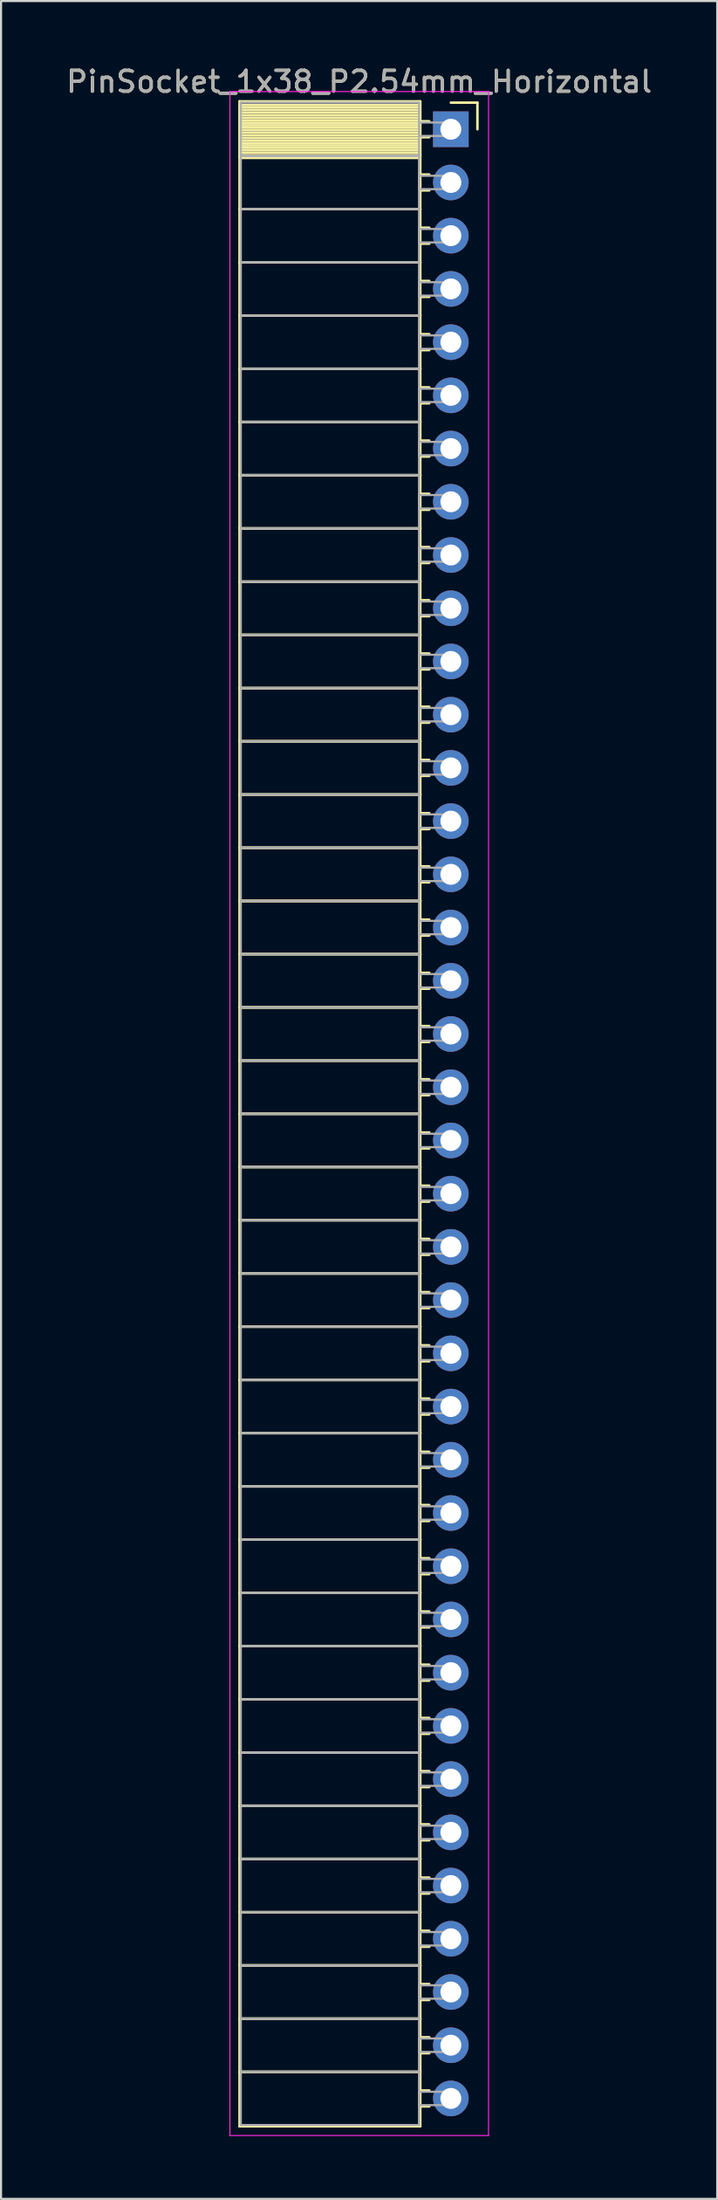
<source format=kicad_pcb>
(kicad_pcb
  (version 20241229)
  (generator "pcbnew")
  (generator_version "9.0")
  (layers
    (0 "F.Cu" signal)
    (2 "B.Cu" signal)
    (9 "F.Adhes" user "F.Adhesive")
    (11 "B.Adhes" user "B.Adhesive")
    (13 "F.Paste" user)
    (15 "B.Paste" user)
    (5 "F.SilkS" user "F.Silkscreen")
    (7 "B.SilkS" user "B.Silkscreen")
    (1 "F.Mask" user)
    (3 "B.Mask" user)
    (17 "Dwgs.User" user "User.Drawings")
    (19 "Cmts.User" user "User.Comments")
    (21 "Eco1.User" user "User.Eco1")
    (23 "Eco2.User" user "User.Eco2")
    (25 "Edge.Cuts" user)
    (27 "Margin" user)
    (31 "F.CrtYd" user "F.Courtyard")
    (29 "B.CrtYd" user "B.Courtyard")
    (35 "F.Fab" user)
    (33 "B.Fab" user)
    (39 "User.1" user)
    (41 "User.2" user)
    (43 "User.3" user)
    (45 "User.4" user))
  (footprint "PinSocket_1x38_P2.54mm_Horizontal"
    (layer "F.Cu")
    (at 18.481 3.118)
    (property "Reference" "PinSocket_1x38_P2.54mm_Horizontal" (at -4.38 -2.27 0) (layer "F.SilkS") (effects (font (size 1 1) (thickness 0.15))))
    (attr through_hole)
    (fp_line (start -10.09 -1.33) (end -1.46 -1.33) (stroke (width 0.12) (type solid)) (layer "F.SilkS"))
    (fp_line (start -10.09 1.27) (end -10.09 -1.33) (stroke (width 0.12) (type solid)) (layer "F.SilkS"))
    (fp_line (start -10.09 1.27) (end -1.46 1.27) (stroke (width 0.12) (type solid)) (layer "F.SilkS"))
    (fp_line (start -10.09 3.81) (end -10.09 1.27) (stroke (width 0.12) (type solid)) (layer "F.SilkS"))
    (fp_line (start -10.09 3.81) (end -1.46 3.81) (stroke (width 0.12) (type solid)) (layer "F.SilkS"))
    (fp_line (start -10.09 6.35) (end -10.09 3.81) (stroke (width 0.12) (type solid)) (layer "F.SilkS"))
    (fp_line (start -10.09 6.35) (end -1.46 6.35) (stroke (width 0.12) (type solid)) (layer "F.SilkS"))
    (fp_line (start -10.09 8.89) (end -10.09 6.35) (stroke (width 0.12) (type solid)) (layer "F.SilkS"))
    (fp_line (start -10.09 8.89) (end -1.46 8.89) (stroke (width 0.12) (type solid)) (layer "F.SilkS"))
    (fp_line (start -10.09 11.43) (end -10.09 8.89) (stroke (width 0.12) (type solid)) (layer "F.SilkS"))
    (fp_line (start -10.09 11.43) (end -1.46 11.43) (stroke (width 0.12) (type solid)) (layer "F.SilkS"))
    (fp_line (start -10.09 13.97) (end -10.09 11.43) (stroke (width 0.12) (type solid)) (layer "F.SilkS"))
    (fp_line (start -10.09 13.97) (end -1.46 13.97) (stroke (width 0.12) (type solid)) (layer "F.SilkS"))
    (fp_line (start -10.09 16.51) (end -10.09 13.97) (stroke (width 0.12) (type solid)) (layer "F.SilkS"))
    (fp_line (start -10.09 16.51) (end -1.46 16.51) (stroke (width 0.12) (type solid)) (layer "F.SilkS"))
    (fp_line (start -10.09 19.05) (end -10.09 16.51) (stroke (width 0.12) (type solid)) (layer "F.SilkS"))
    (fp_line (start -10.09 19.05) (end -1.46 19.05) (stroke (width 0.12) (type solid)) (layer "F.SilkS"))
    (fp_line (start -10.09 21.59) (end -10.09 19.05) (stroke (width 0.12) (type solid)) (layer "F.SilkS"))
    (fp_line (start -10.09 21.59) (end -1.46 21.59) (stroke (width 0.12) (type solid)) (layer "F.SilkS"))
    (fp_line (start -10.09 24.13) (end -10.09 21.59) (stroke (width 0.12) (type solid)) (layer "F.SilkS"))
    (fp_line (start -10.09 24.13) (end -1.46 24.13) (stroke (width 0.12) (type solid)) (layer "F.SilkS"))
    (fp_line (start -10.09 26.67) (end -10.09 24.13) (stroke (width 0.12) (type solid)) (layer "F.SilkS"))
    (fp_line (start -10.09 26.67) (end -1.46 26.67) (stroke (width 0.12) (type solid)) (layer "F.SilkS"))
    (fp_line (start -10.09 29.21) (end -10.09 26.67) (stroke (width 0.12) (type solid)) (layer "F.SilkS"))
    (fp_line (start -10.09 29.21) (end -1.46 29.21) (stroke (width 0.12) (type solid)) (layer "F.SilkS"))
    (fp_line (start -10.09 31.75) (end -10.09 29.21) (stroke (width 0.12) (type solid)) (layer "F.SilkS"))
    (fp_line (start -10.09 31.75) (end -1.46 31.75) (stroke (width 0.12) (type solid)) (layer "F.SilkS"))
    (fp_line (start -10.09 34.29) (end -10.09 31.75) (stroke (width 0.12) (type solid)) (layer "F.SilkS"))
    (fp_line (start -10.09 34.29) (end -1.46 34.29) (stroke (width 0.12) (type solid)) (layer "F.SilkS"))
    (fp_line (start -10.09 36.83) (end -10.09 34.29) (stroke (width 0.12) (type solid)) (layer "F.SilkS"))
    (fp_line (start -10.09 36.83) (end -1.46 36.83) (stroke (width 0.12) (type solid)) (layer "F.SilkS"))
    (fp_line (start -10.09 39.37) (end -10.09 36.83) (stroke (width 0.12) (type solid)) (layer "F.SilkS"))
    (fp_line (start -10.09 39.37) (end -1.46 39.37) (stroke (width 0.12) (type solid)) (layer "F.SilkS"))
    (fp_line (start -10.09 41.91) (end -10.09 39.37) (stroke (width 0.12) (type solid)) (layer "F.SilkS"))
    (fp_line (start -10.09 41.91) (end -1.46 41.91) (stroke (width 0.12) (type solid)) (layer "F.SilkS"))
    (fp_line (start -10.09 44.45) (end -10.09 41.91) (stroke (width 0.12) (type solid)) (layer "F.SilkS"))
    (fp_line (start -10.09 44.45) (end -1.46 44.45) (stroke (width 0.12) (type solid)) (layer "F.SilkS"))
    (fp_line (start -10.09 46.99) (end -10.09 44.45) (stroke (width 0.12) (type solid)) (layer "F.SilkS"))
    (fp_line (start -10.09 46.99) (end -1.46 46.99) (stroke (width 0.12) (type solid)) (layer "F.SilkS"))
    (fp_line (start -10.09 49.53) (end -10.09 46.99) (stroke (width 0.12) (type solid)) (layer "F.SilkS"))
    (fp_line (start -10.09 49.53) (end -1.46 49.53) (stroke (width 0.12) (type solid)) (layer "F.SilkS"))
    (fp_line (start -10.09 52.07) (end -10.09 49.53) (stroke (width 0.12) (type solid)) (layer "F.SilkS"))
    (fp_line (start -10.09 52.07) (end -1.46 52.07) (stroke (width 0.12) (type solid)) (layer "F.SilkS"))
    (fp_line (start -10.09 54.61) (end -10.09 52.07) (stroke (width 0.12) (type solid)) (layer "F.SilkS"))
    (fp_line (start -10.09 54.61) (end -1.46 54.61) (stroke (width 0.12) (type solid)) (layer "F.SilkS"))
    (fp_line (start -10.09 57.15) (end -10.09 54.61) (stroke (width 0.12) (type solid)) (layer "F.SilkS"))
    (fp_line (start -10.09 57.15) (end -1.46 57.15) (stroke (width 0.12) (type solid)) (layer "F.SilkS"))
    (fp_line (start -10.09 59.69) (end -10.09 57.15) (stroke (width 0.12) (type solid)) (layer "F.SilkS"))
    (fp_line (start -10.09 59.69) (end -1.46 59.69) (stroke (width 0.12) (type solid)) (layer "F.SilkS"))
    (fp_line (start -10.09 62.23) (end -10.09 59.69) (stroke (width 0.12) (type solid)) (layer "F.SilkS"))
    (fp_line (start -10.09 62.23) (end -1.46 62.23) (stroke (width 0.12) (type solid)) (layer "F.SilkS"))
    (fp_line (start -10.09 64.77) (end -10.09 62.23) (stroke (width 0.12) (type solid)) (layer "F.SilkS"))
    (fp_line (start -10.09 64.77) (end -1.46 64.77) (stroke (width 0.12) (type solid)) (layer "F.SilkS"))
    (fp_line (start -10.09 67.31) (end -10.09 64.77) (stroke (width 0.12) (type solid)) (layer "F.SilkS"))
    (fp_line (start -10.09 67.31) (end -1.46 67.31) (stroke (width 0.12) (type solid)) (layer "F.SilkS"))
    (fp_line (start -10.09 69.85) (end -10.09 67.31) (stroke (width 0.12) (type solid)) (layer "F.SilkS"))
    (fp_line (start -10.09 69.85) (end -1.46 69.85) (stroke (width 0.12) (type solid)) (layer "F.SilkS"))
    (fp_line (start -10.09 72.39) (end -10.09 69.85) (stroke (width 0.12) (type solid)) (layer "F.SilkS"))
    (fp_line (start -10.09 72.39) (end -1.46 72.39) (stroke (width 0.12) (type solid)) (layer "F.SilkS"))
    (fp_line (start -10.09 74.93) (end -10.09 72.39) (stroke (width 0.12) (type solid)) (layer "F.SilkS"))
    (fp_line (start -10.09 74.93) (end -1.46 74.93) (stroke (width 0.12) (type solid)) (layer "F.SilkS"))
    (fp_line (start -10.09 77.47) (end -10.09 74.93) (stroke (width 0.12) (type solid)) (layer "F.SilkS"))
    (fp_line (start -10.09 77.47) (end -1.46 77.47) (stroke (width 0.12) (type solid)) (layer "F.SilkS"))
    (fp_line (start -10.09 80.01) (end -10.09 77.47) (stroke (width 0.12) (type solid)) (layer "F.SilkS"))
    (fp_line (start -10.09 80.01) (end -1.46 80.01) (stroke (width 0.12) (type solid)) (layer "F.SilkS"))
    (fp_line (start -10.09 82.55) (end -10.09 80.01) (stroke (width 0.12) (type solid)) (layer "F.SilkS"))
    (fp_line (start -10.09 82.55) (end -1.46 82.55) (stroke (width 0.12) (type solid)) (layer "F.SilkS"))
    (fp_line (start -10.09 85.09) (end -10.09 82.55) (stroke (width 0.12) (type solid)) (layer "F.SilkS"))
    (fp_line (start -10.09 85.09) (end -1.46 85.09) (stroke (width 0.12) (type solid)) (layer "F.SilkS"))
    (fp_line (start -10.09 87.63) (end -10.09 85.09) (stroke (width 0.12) (type solid)) (layer "F.SilkS"))
    (fp_line (start -10.09 87.63) (end -1.46 87.63) (stroke (width 0.12) (type solid)) (layer "F.SilkS"))
    (fp_line (start -10.09 90.17) (end -10.09 87.63) (stroke (width 0.12) (type solid)) (layer "F.SilkS"))
    (fp_line (start -10.09 90.17) (end -1.46 90.17) (stroke (width 0.12) (type solid)) (layer "F.SilkS"))
    (fp_line (start -10.09 92.71) (end -10.09 90.17) (stroke (width 0.12) (type solid)) (layer "F.SilkS"))
    (fp_line (start -10.09 92.71) (end -1.46 92.71) (stroke (width 0.12) (type solid)) (layer "F.SilkS"))
    (fp_line (start -10.09 95.31) (end -10.09 92.71) (stroke (width 0.12) (type solid)) (layer "F.SilkS"))
    (fp_line (start -1.46 -1.33) (end -1.46 1.27) (stroke (width 0.12) (type solid)) (layer "F.SilkS"))
    (fp_line (start -1.46 -1.15) (end -10.09 -1.15) (stroke (width 0.12) (type solid)) (layer "F.SilkS"))
    (fp_line (start -1.46 -1.03) (end -10.09 -1.03) (stroke (width 0.12) (type solid)) (layer "F.SilkS"))
    (fp_line (start -1.46 -0.91) (end -10.09 -0.91) (stroke (width 0.12) (type solid)) (layer "F.SilkS"))
    (fp_line (start -1.46 -0.79) (end -10.09 -0.79) (stroke (width 0.12) (type solid)) (layer "F.SilkS"))
    (fp_line (start -1.46 -0.67) (end -10.09 -0.67) (stroke (width 0.12) (type solid)) (layer "F.SilkS"))
    (fp_line (start -1.46 -0.55) (end -10.09 -0.55) (stroke (width 0.12) (type solid)) (layer "F.SilkS"))
    (fp_line (start -1.46 -0.43) (end -10.09 -0.43) (stroke (width 0.12) (type solid)) (layer "F.SilkS"))
    (fp_line (start -1.46 -0.31) (end -10.09 -0.31) (stroke (width 0.12) (type solid)) (layer "F.SilkS"))
    (fp_line (start -1.46 -0.19) (end -10.09 -0.19) (stroke (width 0.12) (type solid)) (layer "F.SilkS"))
    (fp_line (start -1.46 -0.07) (end -10.09 -0.07) (stroke (width 0.12) (type solid)) (layer "F.SilkS"))
    (fp_line (start -1.46 0.05) (end -10.09 0.05) (stroke (width 0.12) (type solid)) (layer "F.SilkS"))
    (fp_line (start -1.46 0.17) (end -10.09 0.17) (stroke (width 0.12) (type solid)) (layer "F.SilkS"))
    (fp_line (start -1.46 0.29) (end -10.09 0.29) (stroke (width 0.12) (type solid)) (layer "F.SilkS"))
    (fp_line (start -1.46 0.41) (end -10.09 0.41) (stroke (width 0.12) (type solid)) (layer "F.SilkS"))
    (fp_line (start -1.46 0.53) (end -10.09 0.53) (stroke (width 0.12) (type solid)) (layer "F.SilkS"))
    (fp_line (start -1.46 0.65) (end -10.09 0.65) (stroke (width 0.12) (type solid)) (layer "F.SilkS"))
    (fp_line (start -1.46 0.77) (end -10.09 0.77) (stroke (width 0.12) (type solid)) (layer "F.SilkS"))
    (fp_line (start -1.46 0.89) (end -10.09 0.89) (stroke (width 0.12) (type solid)) (layer "F.SilkS"))
    (fp_line (start -1.46 1.01) (end -10.09 1.01) (stroke (width 0.12) (type solid)) (layer "F.SilkS"))
    (fp_line (start -1.46 1.13) (end -10.09 1.13) (stroke (width 0.12) (type solid)) (layer "F.SilkS"))
    (fp_line (start -1.46 1.25) (end -10.09 1.25) (stroke (width 0.12) (type solid)) (layer "F.SilkS"))
    (fp_line (start -1.46 1.27) (end -10.09 1.27) (stroke (width 0.12) (type solid)) (layer "F.SilkS"))
    (fp_line (start -1.46 1.27) (end -1.46 3.81) (stroke (width 0.12) (type solid)) (layer "F.SilkS"))
    (fp_line (start -1.46 1.37) (end -10.09 1.37) (stroke (width 0.12) (type solid)) (layer "F.SilkS"))
    (fp_line (start -1.46 3.81) (end -10.09 3.81) (stroke (width 0.12) (type solid)) (layer "F.SilkS"))
    (fp_line (start -1.46 3.81) (end -1.46 6.35) (stroke (width 0.12) (type solid)) (layer "F.SilkS"))
    (fp_line (start -1.46 6.35) (end -10.09 6.35) (stroke (width 0.12) (type solid)) (layer "F.SilkS"))
    (fp_line (start -1.46 6.35) (end -1.46 8.89) (stroke (width 0.12) (type solid)) (layer "F.SilkS"))
    (fp_line (start -1.46 8.89) (end -10.09 8.89) (stroke (width 0.12) (type solid)) (layer "F.SilkS"))
    (fp_line (start -1.46 8.89) (end -1.46 11.43) (stroke (width 0.12) (type solid)) (layer "F.SilkS"))
    (fp_line (start -1.46 11.43) (end -10.09 11.43) (stroke (width 0.12) (type solid)) (layer "F.SilkS"))
    (fp_line (start -1.46 11.43) (end -1.46 13.97) (stroke (width 0.12) (type solid)) (layer "F.SilkS"))
    (fp_line (start -1.46 13.97) (end -10.09 13.97) (stroke (width 0.12) (type solid)) (layer "F.SilkS"))
    (fp_line (start -1.46 13.97) (end -1.46 16.51) (stroke (width 0.12) (type solid)) (layer "F.SilkS"))
    (fp_line (start -1.46 16.51) (end -10.09 16.51) (stroke (width 0.12) (type solid)) (layer "F.SilkS"))
    (fp_line (start -1.46 16.51) (end -1.46 19.05) (stroke (width 0.12) (type solid)) (layer "F.SilkS"))
    (fp_line (start -1.46 19.05) (end -10.09 19.05) (stroke (width 0.12) (type solid)) (layer "F.SilkS"))
    (fp_line (start -1.46 19.05) (end -1.46 21.59) (stroke (width 0.12) (type solid)) (layer "F.SilkS"))
    (fp_line (start -1.46 21.59) (end -10.09 21.59) (stroke (width 0.12) (type solid)) (layer "F.SilkS"))
    (fp_line (start -1.46 21.59) (end -1.46 24.13) (stroke (width 0.12) (type solid)) (layer "F.SilkS"))
    (fp_line (start -1.46 24.13) (end -10.09 24.13) (stroke (width 0.12) (type solid)) (layer "F.SilkS"))
    (fp_line (start -1.46 24.13) (end -1.46 26.67) (stroke (width 0.12) (type solid)) (layer "F.SilkS"))
    (fp_line (start -1.46 26.67) (end -10.09 26.67) (stroke (width 0.12) (type solid)) (layer "F.SilkS"))
    (fp_line (start -1.46 26.67) (end -1.46 29.21) (stroke (width 0.12) (type solid)) (layer "F.SilkS"))
    (fp_line (start -1.46 29.21) (end -10.09 29.21) (stroke (width 0.12) (type solid)) (layer "F.SilkS"))
    (fp_line (start -1.46 29.21) (end -1.46 31.75) (stroke (width 0.12) (type solid)) (layer "F.SilkS"))
    (fp_line (start -1.46 31.75) (end -10.09 31.75) (stroke (width 0.12) (type solid)) (layer "F.SilkS"))
    (fp_line (start -1.46 31.75) (end -1.46 34.29) (stroke (width 0.12) (type solid)) (layer "F.SilkS"))
    (fp_line (start -1.46 34.29) (end -10.09 34.29) (stroke (width 0.12) (type solid)) (layer "F.SilkS"))
    (fp_line (start -1.46 34.29) (end -1.46 36.83) (stroke (width 0.12) (type solid)) (layer "F.SilkS"))
    (fp_line (start -1.46 36.83) (end -10.09 36.83) (stroke (width 0.12) (type solid)) (layer "F.SilkS"))
    (fp_line (start -1.46 36.83) (end -1.46 39.37) (stroke (width 0.12) (type solid)) (layer "F.SilkS"))
    (fp_line (start -1.46 39.37) (end -10.09 39.37) (stroke (width 0.12) (type solid)) (layer "F.SilkS"))
    (fp_line (start -1.46 39.37) (end -1.46 41.91) (stroke (width 0.12) (type solid)) (layer "F.SilkS"))
    (fp_line (start -1.46 41.91) (end -10.09 41.91) (stroke (width 0.12) (type solid)) (layer "F.SilkS"))
    (fp_line (start -1.46 41.91) (end -1.46 44.45) (stroke (width 0.12) (type solid)) (layer "F.SilkS"))
    (fp_line (start -1.46 44.45) (end -10.09 44.45) (stroke (width 0.12) (type solid)) (layer "F.SilkS"))
    (fp_line (start -1.46 44.45) (end -1.46 46.99) (stroke (width 0.12) (type solid)) (layer "F.SilkS"))
    (fp_line (start -1.46 46.99) (end -10.09 46.99) (stroke (width 0.12) (type solid)) (layer "F.SilkS"))
    (fp_line (start -1.46 46.99) (end -1.46 49.53) (stroke (width 0.12) (type solid)) (layer "F.SilkS"))
    (fp_line (start -1.46 49.53) (end -10.09 49.53) (stroke (width 0.12) (type solid)) (layer "F.SilkS"))
    (fp_line (start -1.46 49.53) (end -1.46 52.07) (stroke (width 0.12) (type solid)) (layer "F.SilkS"))
    (fp_line (start -1.46 52.07) (end -10.09 52.07) (stroke (width 0.12) (type solid)) (layer "F.SilkS"))
    (fp_line (start -1.46 52.07) (end -1.46 54.61) (stroke (width 0.12) (type solid)) (layer "F.SilkS"))
    (fp_line (start -1.46 54.61) (end -10.09 54.61) (stroke (width 0.12) (type solid)) (layer "F.SilkS"))
    (fp_line (start -1.46 54.61) (end -1.46 57.15) (stroke (width 0.12) (type solid)) (layer "F.SilkS"))
    (fp_line (start -1.46 57.15) (end -10.09 57.15) (stroke (width 0.12) (type solid)) (layer "F.SilkS"))
    (fp_line (start -1.46 57.15) (end -1.46 59.69) (stroke (width 0.12) (type solid)) (layer "F.SilkS"))
    (fp_line (start -1.46 59.69) (end -10.09 59.69) (stroke (width 0.12) (type solid)) (layer "F.SilkS"))
    (fp_line (start -1.46 59.69) (end -1.46 62.23) (stroke (width 0.12) (type solid)) (layer "F.SilkS"))
    (fp_line (start -1.46 62.23) (end -10.09 62.23) (stroke (width 0.12) (type solid)) (layer "F.SilkS"))
    (fp_line (start -1.46 62.23) (end -1.46 64.77) (stroke (width 0.12) (type solid)) (layer "F.SilkS"))
    (fp_line (start -1.46 64.77) (end -10.09 64.77) (stroke (width 0.12) (type solid)) (layer "F.SilkS"))
    (fp_line (start -1.46 64.77) (end -1.46 67.31) (stroke (width 0.12) (type solid)) (layer "F.SilkS"))
    (fp_line (start -1.46 67.31) (end -10.09 67.31) (stroke (width 0.12) (type solid)) (layer "F.SilkS"))
    (fp_line (start -1.46 67.31) (end -1.46 69.85) (stroke (width 0.12) (type solid)) (layer "F.SilkS"))
    (fp_line (start -1.46 69.85) (end -10.09 69.85) (stroke (width 0.12) (type solid)) (layer "F.SilkS"))
    (fp_line (start -1.46 69.85) (end -1.46 72.39) (stroke (width 0.12) (type solid)) (layer "F.SilkS"))
    (fp_line (start -1.46 72.39) (end -10.09 72.39) (stroke (width 0.12) (type solid)) (layer "F.SilkS"))
    (fp_line (start -1.46 72.39) (end -1.46 74.93) (stroke (width 0.12) (type solid)) (layer "F.SilkS"))
    (fp_line (start -1.46 74.93) (end -10.09 74.93) (stroke (width 0.12) (type solid)) (layer "F.SilkS"))
    (fp_line (start -1.46 74.93) (end -1.46 77.47) (stroke (width 0.12) (type solid)) (layer "F.SilkS"))
    (fp_line (start -1.46 77.47) (end -10.09 77.47) (stroke (width 0.12) (type solid)) (layer "F.SilkS"))
    (fp_line (start -1.46 77.47) (end -1.46 80.01) (stroke (width 0.12) (type solid)) (layer "F.SilkS"))
    (fp_line (start -1.46 80.01) (end -10.09 80.01) (stroke (width 0.12) (type solid)) (layer "F.SilkS"))
    (fp_line (start -1.46 80.01) (end -1.46 82.55) (stroke (width 0.12) (type solid)) (layer "F.SilkS"))
    (fp_line (start -1.46 82.55) (end -10.09 82.55) (stroke (width 0.12) (type solid)) (layer "F.SilkS"))
    (fp_line (start -1.46 82.55) (end -1.46 85.09) (stroke (width 0.12) (type solid)) (layer "F.SilkS"))
    (fp_line (start -1.46 85.09) (end -10.09 85.09) (stroke (width 0.12) (type solid)) (layer "F.SilkS"))
    (fp_line (start -1.46 85.09) (end -1.46 87.63) (stroke (width 0.12) (type solid)) (layer "F.SilkS"))
    (fp_line (start -1.46 87.63) (end -10.09 87.63) (stroke (width 0.12) (type solid)) (layer "F.SilkS"))
    (fp_line (start -1.46 87.63) (end -1.46 90.17) (stroke (width 0.12) (type solid)) (layer "F.SilkS"))
    (fp_line (start -1.46 90.17) (end -10.09 90.17) (stroke (width 0.12) (type solid)) (layer "F.SilkS"))
    (fp_line (start -1.46 90.17) (end -1.46 92.71) (stroke (width 0.12) (type solid)) (layer "F.SilkS"))
    (fp_line (start -1.46 92.71) (end -10.09 92.71) (stroke (width 0.12) (type solid)) (layer "F.SilkS"))
    (fp_line (start -1.46 92.71) (end -1.46 95.31) (stroke (width 0.12) (type solid)) (layer "F.SilkS"))
    (fp_line (start -1.46 95.31) (end -10.09 95.31) (stroke (width 0.12) (type solid)) (layer "F.SilkS"))
    (fp_line (start -1.03 -0.38) (end -1.46 -0.38) (stroke (width 0.12) (type solid)) (layer "F.SilkS"))
    (fp_line (start -1.03 0.38) (end -1.46 0.38) (stroke (width 0.12) (type solid)) (layer "F.SilkS"))
    (fp_line (start -1.03 2.16) (end -1.46 2.16) (stroke (width 0.12) (type solid)) (layer "F.SilkS"))
    (fp_line (start -1.03 2.92) (end -1.46 2.92) (stroke (width 0.12) (type solid)) (layer "F.SilkS"))
    (fp_line (start -1.03 4.7) (end -1.46 4.7) (stroke (width 0.12) (type solid)) (layer "F.SilkS"))
    (fp_line (start -1.03 5.46) (end -1.46 5.46) (stroke (width 0.12) (type solid)) (layer "F.SilkS"))
    (fp_line (start -1.03 7.24) (end -1.46 7.24) (stroke (width 0.12) (type solid)) (layer "F.SilkS"))
    (fp_line (start -1.03 8) (end -1.46 8) (stroke (width 0.12) (type solid)) (layer "F.SilkS"))
    (fp_line (start -1.03 9.78) (end -1.46 9.78) (stroke (width 0.12) (type solid)) (layer "F.SilkS"))
    (fp_line (start -1.03 10.54) (end -1.46 10.54) (stroke (width 0.12) (type solid)) (layer "F.SilkS"))
    (fp_line (start -1.03 12.32) (end -1.46 12.32) (stroke (width 0.12) (type solid)) (layer "F.SilkS"))
    (fp_line (start -1.03 13.08) (end -1.46 13.08) (stroke (width 0.12) (type solid)) (layer "F.SilkS"))
    (fp_line (start -1.03 14.86) (end -1.46 14.86) (stroke (width 0.12) (type solid)) (layer "F.SilkS"))
    (fp_line (start -1.03 15.62) (end -1.46 15.62) (stroke (width 0.12) (type solid)) (layer "F.SilkS"))
    (fp_line (start -1.03 17.4) (end -1.46 17.4) (stroke (width 0.12) (type solid)) (layer "F.SilkS"))
    (fp_line (start -1.03 18.16) (end -1.46 18.16) (stroke (width 0.12) (type solid)) (layer "F.SilkS"))
    (fp_line (start -1.03 19.94) (end -1.46 19.94) (stroke (width 0.12) (type solid)) (layer "F.SilkS"))
    (fp_line (start -1.03 20.7) (end -1.46 20.7) (stroke (width 0.12) (type solid)) (layer "F.SilkS"))
    (fp_line (start -1.03 22.48) (end -1.46 22.48) (stroke (width 0.12) (type solid)) (layer "F.SilkS"))
    (fp_line (start -1.03 23.24) (end -1.46 23.24) (stroke (width 0.12) (type solid)) (layer "F.SilkS"))
    (fp_line (start -1.03 25.02) (end -1.46 25.02) (stroke (width 0.12) (type solid)) (layer "F.SilkS"))
    (fp_line (start -1.03 25.78) (end -1.46 25.78) (stroke (width 0.12) (type solid)) (layer "F.SilkS"))
    (fp_line (start -1.03 27.56) (end -1.46 27.56) (stroke (width 0.12) (type solid)) (layer "F.SilkS"))
    (fp_line (start -1.03 28.32) (end -1.46 28.32) (stroke (width 0.12) (type solid)) (layer "F.SilkS"))
    (fp_line (start -1.03 30.1) (end -1.46 30.1) (stroke (width 0.12) (type solid)) (layer "F.SilkS"))
    (fp_line (start -1.03 30.86) (end -1.46 30.86) (stroke (width 0.12) (type solid)) (layer "F.SilkS"))
    (fp_line (start -1.03 32.64) (end -1.46 32.64) (stroke (width 0.12) (type solid)) (layer "F.SilkS"))
    (fp_line (start -1.03 33.4) (end -1.46 33.4) (stroke (width 0.12) (type solid)) (layer "F.SilkS"))
    (fp_line (start -1.03 35.18) (end -1.46 35.18) (stroke (width 0.12) (type solid)) (layer "F.SilkS"))
    (fp_line (start -1.03 35.94) (end -1.46 35.94) (stroke (width 0.12) (type solid)) (layer "F.SilkS"))
    (fp_line (start -1.03 37.72) (end -1.46 37.72) (stroke (width 0.12) (type solid)) (layer "F.SilkS"))
    (fp_line (start -1.03 38.48) (end -1.46 38.48) (stroke (width 0.12) (type solid)) (layer "F.SilkS"))
    (fp_line (start -1.03 40.26) (end -1.46 40.26) (stroke (width 0.12) (type solid)) (layer "F.SilkS"))
    (fp_line (start -1.03 41.02) (end -1.46 41.02) (stroke (width 0.12) (type solid)) (layer "F.SilkS"))
    (fp_line (start -1.03 42.8) (end -1.46 42.8) (stroke (width 0.12) (type solid)) (layer "F.SilkS"))
    (fp_line (start -1.03 43.56) (end -1.46 43.56) (stroke (width 0.12) (type solid)) (layer "F.SilkS"))
    (fp_line (start -1.03 45.34) (end -1.46 45.34) (stroke (width 0.12) (type solid)) (layer "F.SilkS"))
    (fp_line (start -1.03 46.1) (end -1.46 46.1) (stroke (width 0.12) (type solid)) (layer "F.SilkS"))
    (fp_line (start -1.03 47.88) (end -1.46 47.88) (stroke (width 0.12) (type solid)) (layer "F.SilkS"))
    (fp_line (start -1.03 48.64) (end -1.46 48.64) (stroke (width 0.12) (type solid)) (layer "F.SilkS"))
    (fp_line (start -1.03 50.42) (end -1.46 50.42) (stroke (width 0.12) (type solid)) (layer "F.SilkS"))
    (fp_line (start -1.03 51.18) (end -1.46 51.18) (stroke (width 0.12) (type solid)) (layer "F.SilkS"))
    (fp_line (start -1.03 52.96) (end -1.46 52.96) (stroke (width 0.12) (type solid)) (layer "F.SilkS"))
    (fp_line (start -1.03 53.72) (end -1.46 53.72) (stroke (width 0.12) (type solid)) (layer "F.SilkS"))
    (fp_line (start -1.03 55.5) (end -1.46 55.5) (stroke (width 0.12) (type solid)) (layer "F.SilkS"))
    (fp_line (start -1.03 56.26) (end -1.46 56.26) (stroke (width 0.12) (type solid)) (layer "F.SilkS"))
    (fp_line (start -1.03 58.04) (end -1.46 58.04) (stroke (width 0.12) (type solid)) (layer "F.SilkS"))
    (fp_line (start -1.03 58.8) (end -1.46 58.8) (stroke (width 0.12) (type solid)) (layer "F.SilkS"))
    (fp_line (start -1.03 60.58) (end -1.46 60.58) (stroke (width 0.12) (type solid)) (layer "F.SilkS"))
    (fp_line (start -1.03 61.34) (end -1.46 61.34) (stroke (width 0.12) (type solid)) (layer "F.SilkS"))
    (fp_line (start -1.03 63.12) (end -1.46 63.12) (stroke (width 0.12) (type solid)) (layer "F.SilkS"))
    (fp_line (start -1.03 63.88) (end -1.46 63.88) (stroke (width 0.12) (type solid)) (layer "F.SilkS"))
    (fp_line (start -1.03 65.66) (end -1.46 65.66) (stroke (width 0.12) (type solid)) (layer "F.SilkS"))
    (fp_line (start -1.03 66.42) (end -1.46 66.42) (stroke (width 0.12) (type solid)) (layer "F.SilkS"))
    (fp_line (start -1.03 68.2) (end -1.46 68.2) (stroke (width 0.12) (type solid)) (layer "F.SilkS"))
    (fp_line (start -1.03 68.96) (end -1.46 68.96) (stroke (width 0.12) (type solid)) (layer "F.SilkS"))
    (fp_line (start -1.03 70.74) (end -1.46 70.74) (stroke (width 0.12) (type solid)) (layer "F.SilkS"))
    (fp_line (start -1.03 71.5) (end -1.46 71.5) (stroke (width 0.12) (type solid)) (layer "F.SilkS"))
    (fp_line (start -1.03 73.28) (end -1.46 73.28) (stroke (width 0.12) (type solid)) (layer "F.SilkS"))
    (fp_line (start -1.03 74.04) (end -1.46 74.04) (stroke (width 0.12) (type solid)) (layer "F.SilkS"))
    (fp_line (start -1.03 75.82) (end -1.46 75.82) (stroke (width 0.12) (type solid)) (layer "F.SilkS"))
    (fp_line (start -1.03 76.58) (end -1.46 76.58) (stroke (width 0.12) (type solid)) (layer "F.SilkS"))
    (fp_line (start -1.03 78.36) (end -1.46 78.36) (stroke (width 0.12) (type solid)) (layer "F.SilkS"))
    (fp_line (start -1.03 79.12) (end -1.46 79.12) (stroke (width 0.12) (type solid)) (layer "F.SilkS"))
    (fp_line (start -1.03 80.9) (end -1.46 80.9) (stroke (width 0.12) (type solid)) (layer "F.SilkS"))
    (fp_line (start -1.03 81.66) (end -1.46 81.66) (stroke (width 0.12) (type solid)) (layer "F.SilkS"))
    (fp_line (start -1.03 83.44) (end -1.46 83.44) (stroke (width 0.12) (type solid)) (layer "F.SilkS"))
    (fp_line (start -1.03 84.2) (end -1.46 84.2) (stroke (width 0.12) (type solid)) (layer "F.SilkS"))
    (fp_line (start -1.03 85.98) (end -1.46 85.98) (stroke (width 0.12) (type solid)) (layer "F.SilkS"))
    (fp_line (start -1.03 86.74) (end -1.46 86.74) (stroke (width 0.12) (type solid)) (layer "F.SilkS"))
    (fp_line (start -1.03 88.52) (end -1.46 88.52) (stroke (width 0.12) (type solid)) (layer "F.SilkS"))
    (fp_line (start -1.03 89.28) (end -1.46 89.28) (stroke (width 0.12) (type solid)) (layer "F.SilkS"))
    (fp_line (start -1.03 91.06) (end -1.46 91.06) (stroke (width 0.12) (type solid)) (layer "F.SilkS"))
    (fp_line (start -1.03 91.82) (end -1.46 91.82) (stroke (width 0.12) (type solid)) (layer "F.SilkS"))
    (fp_line (start -1.03 93.6) (end -1.46 93.6) (stroke (width 0.12) (type solid)) (layer "F.SilkS"))
    (fp_line (start -1.03 94.36) (end -1.46 94.36) (stroke (width 0.12) (type solid)) (layer "F.SilkS"))
    (fp_line (start 0 -1.27) (end 1.27 -1.27) (stroke (width 0.12) (type solid)) (layer "F.SilkS"))
    (fp_line (start 1.27 -1.27) (end 1.27 0) (stroke (width 0.12) (type solid)) (layer "F.SilkS"))
    (fp_line (start -10.55 -1.8) (end 1.8 -1.8) (stroke (width 0.05) (type solid)) (layer "F.CrtYd"))
    (fp_line (start -10.55 95.75) (end -10.55 -1.8) (stroke (width 0.05) (type solid)) (layer "F.CrtYd"))
    (fp_line (start 1.8 -1.8) (end 1.8 95.75) (stroke (width 0.05) (type solid)) (layer "F.CrtYd"))
    (fp_line (start 1.8 95.75) (end -10.55 95.75) (stroke (width 0.05) (type solid)) (layer "F.CrtYd"))
    (fp_line (start -10.03 -1.27) (end -1.52 -1.27) (stroke (width 0.1) (type solid)) (layer "F.Fab"))
    (fp_line (start -10.03 1.27) (end -10.03 -1.27) (stroke (width 0.1) (type solid)) (layer "F.Fab"))
    (fp_line (start -10.03 1.27) (end -1.52 1.27) (stroke (width 0.1) (type solid)) (layer "F.Fab"))
    (fp_line (start -10.03 3.81) (end -10.03 1.27) (stroke (width 0.1) (type solid)) (layer "F.Fab"))
    (fp_line (start -10.03 3.81) (end -1.52 3.81) (stroke (width 0.1) (type solid)) (layer "F.Fab"))
    (fp_line (start -10.03 6.35) (end -10.03 3.81) (stroke (width 0.1) (type solid)) (layer "F.Fab"))
    (fp_line (start -10.03 6.35) (end -1.52 6.35) (stroke (width 0.1) (type solid)) (layer "F.Fab"))
    (fp_line (start -10.03 8.89) (end -10.03 6.35) (stroke (width 0.1) (type solid)) (layer "F.Fab"))
    (fp_line (start -10.03 8.89) (end -1.52 8.89) (stroke (width 0.1) (type solid)) (layer "F.Fab"))
    (fp_line (start -10.03 11.43) (end -10.03 8.89) (stroke (width 0.1) (type solid)) (layer "F.Fab"))
    (fp_line (start -10.03 11.43) (end -1.52 11.43) (stroke (width 0.1) (type solid)) (layer "F.Fab"))
    (fp_line (start -10.03 13.97) (end -10.03 11.43) (stroke (width 0.1) (type solid)) (layer "F.Fab"))
    (fp_line (start -10.03 13.97) (end -1.52 13.97) (stroke (width 0.1) (type solid)) (layer "F.Fab"))
    (fp_line (start -10.03 16.51) (end -10.03 13.97) (stroke (width 0.1) (type solid)) (layer "F.Fab"))
    (fp_line (start -10.03 16.51) (end -1.52 16.51) (stroke (width 0.1) (type solid)) (layer "F.Fab"))
    (fp_line (start -10.03 19.05) (end -10.03 16.51) (stroke (width 0.1) (type solid)) (layer "F.Fab"))
    (fp_line (start -10.03 19.05) (end -1.52 19.05) (stroke (width 0.1) (type solid)) (layer "F.Fab"))
    (fp_line (start -10.03 21.59) (end -10.03 19.05) (stroke (width 0.1) (type solid)) (layer "F.Fab"))
    (fp_line (start -10.03 21.59) (end -1.52 21.59) (stroke (width 0.1) (type solid)) (layer "F.Fab"))
    (fp_line (start -10.03 24.13) (end -10.03 21.59) (stroke (width 0.1) (type solid)) (layer "F.Fab"))
    (fp_line (start -10.03 24.13) (end -1.52 24.13) (stroke (width 0.1) (type solid)) (layer "F.Fab"))
    (fp_line (start -10.03 26.67) (end -10.03 24.13) (stroke (width 0.1) (type solid)) (layer "F.Fab"))
    (fp_line (start -10.03 26.67) (end -1.52 26.67) (stroke (width 0.1) (type solid)) (layer "F.Fab"))
    (fp_line (start -10.03 29.21) (end -10.03 26.67) (stroke (width 0.1) (type solid)) (layer "F.Fab"))
    (fp_line (start -10.03 29.21) (end -1.52 29.21) (stroke (width 0.1) (type solid)) (layer "F.Fab"))
    (fp_line (start -10.03 31.75) (end -10.03 29.21) (stroke (width 0.1) (type solid)) (layer "F.Fab"))
    (fp_line (start -10.03 31.75) (end -1.52 31.75) (stroke (width 0.1) (type solid)) (layer "F.Fab"))
    (fp_line (start -10.03 34.29) (end -10.03 31.75) (stroke (width 0.1) (type solid)) (layer "F.Fab"))
    (fp_line (start -10.03 34.29) (end -1.52 34.29) (stroke (width 0.1) (type solid)) (layer "F.Fab"))
    (fp_line (start -10.03 36.83) (end -10.03 34.29) (stroke (width 0.1) (type solid)) (layer "F.Fab"))
    (fp_line (start -10.03 36.83) (end -1.52 36.83) (stroke (width 0.1) (type solid)) (layer "F.Fab"))
    (fp_line (start -10.03 39.37) (end -10.03 36.83) (stroke (width 0.1) (type solid)) (layer "F.Fab"))
    (fp_line (start -10.03 39.37) (end -1.52 39.37) (stroke (width 0.1) (type solid)) (layer "F.Fab"))
    (fp_line (start -10.03 41.91) (end -10.03 39.37) (stroke (width 0.1) (type solid)) (layer "F.Fab"))
    (fp_line (start -10.03 41.91) (end -1.52 41.91) (stroke (width 0.1) (type solid)) (layer "F.Fab"))
    (fp_line (start -10.03 44.45) (end -10.03 41.91) (stroke (width 0.1) (type solid)) (layer "F.Fab"))
    (fp_line (start -10.03 44.45) (end -1.52 44.45) (stroke (width 0.1) (type solid)) (layer "F.Fab"))
    (fp_line (start -10.03 46.99) (end -10.03 44.45) (stroke (width 0.1) (type solid)) (layer "F.Fab"))
    (fp_line (start -10.03 46.99) (end -1.52 46.99) (stroke (width 0.1) (type solid)) (layer "F.Fab"))
    (fp_line (start -10.03 49.53) (end -10.03 46.99) (stroke (width 0.1) (type solid)) (layer "F.Fab"))
    (fp_line (start -10.03 49.53) (end -1.52 49.53) (stroke (width 0.1) (type solid)) (layer "F.Fab"))
    (fp_line (start -10.03 52.07) (end -10.03 49.53) (stroke (width 0.1) (type solid)) (layer "F.Fab"))
    (fp_line (start -10.03 52.07) (end -1.52 52.07) (stroke (width 0.1) (type solid)) (layer "F.Fab"))
    (fp_line (start -10.03 54.61) (end -10.03 52.07) (stroke (width 0.1) (type solid)) (layer "F.Fab"))
    (fp_line (start -10.03 54.61) (end -1.52 54.61) (stroke (width 0.1) (type solid)) (layer "F.Fab"))
    (fp_line (start -10.03 57.15) (end -10.03 54.61) (stroke (width 0.1) (type solid)) (layer "F.Fab"))
    (fp_line (start -10.03 57.15) (end -1.52 57.15) (stroke (width 0.1) (type solid)) (layer "F.Fab"))
    (fp_line (start -10.03 59.69) (end -10.03 57.15) (stroke (width 0.1) (type solid)) (layer "F.Fab"))
    (fp_line (start -10.03 59.69) (end -1.52 59.69) (stroke (width 0.1) (type solid)) (layer "F.Fab"))
    (fp_line (start -10.03 62.23) (end -10.03 59.69) (stroke (width 0.1) (type solid)) (layer "F.Fab"))
    (fp_line (start -10.03 62.23) (end -1.52 62.23) (stroke (width 0.1) (type solid)) (layer "F.Fab"))
    (fp_line (start -10.03 64.77) (end -10.03 62.23) (stroke (width 0.1) (type solid)) (layer "F.Fab"))
    (fp_line (start -10.03 64.77) (end -1.52 64.77) (stroke (width 0.1) (type solid)) (layer "F.Fab"))
    (fp_line (start -10.03 67.31) (end -10.03 64.77) (stroke (width 0.1) (type solid)) (layer "F.Fab"))
    (fp_line (start -10.03 67.31) (end -1.52 67.31) (stroke (width 0.1) (type solid)) (layer "F.Fab"))
    (fp_line (start -10.03 69.85) (end -10.03 67.31) (stroke (width 0.1) (type solid)) (layer "F.Fab"))
    (fp_line (start -10.03 69.85) (end -1.52 69.85) (stroke (width 0.1) (type solid)) (layer "F.Fab"))
    (fp_line (start -10.03 72.39) (end -10.03 69.85) (stroke (width 0.1) (type solid)) (layer "F.Fab"))
    (fp_line (start -10.03 72.39) (end -1.52 72.39) (stroke (width 0.1) (type solid)) (layer "F.Fab"))
    (fp_line (start -10.03 74.93) (end -10.03 72.39) (stroke (width 0.1) (type solid)) (layer "F.Fab"))
    (fp_line (start -10.03 74.93) (end -1.52 74.93) (stroke (width 0.1) (type solid)) (layer "F.Fab"))
    (fp_line (start -10.03 77.47) (end -10.03 74.93) (stroke (width 0.1) (type solid)) (layer "F.Fab"))
    (fp_line (start -10.03 77.47) (end -1.52 77.47) (stroke (width 0.1) (type solid)) (layer "F.Fab"))
    (fp_line (start -10.03 80.01) (end -10.03 77.47) (stroke (width 0.1) (type solid)) (layer "F.Fab"))
    (fp_line (start -10.03 80.01) (end -1.52 80.01) (stroke (width 0.1) (type solid)) (layer "F.Fab"))
    (fp_line (start -10.03 82.55) (end -10.03 80.01) (stroke (width 0.1) (type solid)) (layer "F.Fab"))
    (fp_line (start -10.03 82.55) (end -1.52 82.55) (stroke (width 0.1) (type solid)) (layer "F.Fab"))
    (fp_line (start -10.03 85.09) (end -10.03 82.55) (stroke (width 0.1) (type solid)) (layer "F.Fab"))
    (fp_line (start -10.03 85.09) (end -1.52 85.09) (stroke (width 0.1) (type solid)) (layer "F.Fab"))
    (fp_line (start -10.03 87.63) (end -10.03 85.09) (stroke (width 0.1) (type solid)) (layer "F.Fab"))
    (fp_line (start -10.03 87.63) (end -1.52 87.63) (stroke (width 0.1) (type solid)) (layer "F.Fab"))
    (fp_line (start -10.03 90.17) (end -10.03 87.63) (stroke (width 0.1) (type solid)) (layer "F.Fab"))
    (fp_line (start -10.03 90.17) (end -1.52 90.17) (stroke (width 0.1) (type solid)) (layer "F.Fab"))
    (fp_line (start -10.03 92.71) (end -10.03 90.17) (stroke (width 0.1) (type solid)) (layer "F.Fab"))
    (fp_line (start -10.03 92.71) (end -1.52 92.71) (stroke (width 0.1) (type solid)) (layer "F.Fab"))
    (fp_line (start -10.03 95.25) (end -10.03 92.71) (stroke (width 0.1) (type solid)) (layer "F.Fab"))
    (fp_line (start -1.52 -1.27) (end -1.52 1.27) (stroke (width 0.1) (type solid)) (layer "F.Fab"))
    (fp_line (start -1.52 -0.32) (end 0 -0.32) (stroke (width 0.1) (type solid)) (layer "F.Fab"))
    (fp_line (start -1.52 0.32) (end -1.52 -0.32) (stroke (width 0.1) (type solid)) (layer "F.Fab"))
    (fp_line (start -1.52 1.27) (end -10.03 1.27) (stroke (width 0.1) (type solid)) (layer "F.Fab"))
    (fp_line (start -1.52 1.27) (end -1.52 3.81) (stroke (width 0.1) (type solid)) (layer "F.Fab"))
    (fp_line (start -1.52 2.22) (end 0 2.22) (stroke (width 0.1) (type solid)) (layer "F.Fab"))
    (fp_line (start -1.52 2.86) (end -1.52 2.22) (stroke (width 0.1) (type solid)) (layer "F.Fab"))
    (fp_line (start -1.52 3.81) (end -10.03 3.81) (stroke (width 0.1) (type solid)) (layer "F.Fab"))
    (fp_line (start -1.52 3.81) (end -1.52 6.35) (stroke (width 0.1) (type solid)) (layer "F.Fab"))
    (fp_line (start -1.52 4.76) (end 0 4.76) (stroke (width 0.1) (type solid)) (layer "F.Fab"))
    (fp_line (start -1.52 5.4) (end -1.52 4.76) (stroke (width 0.1) (type solid)) (layer "F.Fab"))
    (fp_line (start -1.52 6.35) (end -10.03 6.35) (stroke (width 0.1) (type solid)) (layer "F.Fab"))
    (fp_line (start -1.52 6.35) (end -1.52 8.89) (stroke (width 0.1) (type solid)) (layer "F.Fab"))
    (fp_line (start -1.52 7.3) (end 0 7.3) (stroke (width 0.1) (type solid)) (layer "F.Fab"))
    (fp_line (start -1.52 7.94) (end -1.52 7.3) (stroke (width 0.1) (type solid)) (layer "F.Fab"))
    (fp_line (start -1.52 8.89) (end -10.03 8.89) (stroke (width 0.1) (type solid)) (layer "F.Fab"))
    (fp_line (start -1.52 8.89) (end -1.52 11.43) (stroke (width 0.1) (type solid)) (layer "F.Fab"))
    (fp_line (start -1.52 9.84) (end 0 9.84) (stroke (width 0.1) (type solid)) (layer "F.Fab"))
    (fp_line (start -1.52 10.48) (end -1.52 9.84) (stroke (width 0.1) (type solid)) (layer "F.Fab"))
    (fp_line (start -1.52 11.43) (end -10.03 11.43) (stroke (width 0.1) (type solid)) (layer "F.Fab"))
    (fp_line (start -1.52 11.43) (end -1.52 13.97) (stroke (width 0.1) (type solid)) (layer "F.Fab"))
    (fp_line (start -1.52 12.38) (end 0 12.38) (stroke (width 0.1) (type solid)) (layer "F.Fab"))
    (fp_line (start -1.52 13.02) (end -1.52 12.38) (stroke (width 0.1) (type solid)) (layer "F.Fab"))
    (fp_line (start -1.52 13.97) (end -10.03 13.97) (stroke (width 0.1) (type solid)) (layer "F.Fab"))
    (fp_line (start -1.52 13.97) (end -1.52 16.51) (stroke (width 0.1) (type solid)) (layer "F.Fab"))
    (fp_line (start -1.52 14.92) (end 0 14.92) (stroke (width 0.1) (type solid)) (layer "F.Fab"))
    (fp_line (start -1.52 15.56) (end -1.52 14.92) (stroke (width 0.1) (type solid)) (layer "F.Fab"))
    (fp_line (start -1.52 16.51) (end -10.03 16.51) (stroke (width 0.1) (type solid)) (layer "F.Fab"))
    (fp_line (start -1.52 16.51) (end -1.52 19.05) (stroke (width 0.1) (type solid)) (layer "F.Fab"))
    (fp_line (start -1.52 17.46) (end 0 17.46) (stroke (width 0.1) (type solid)) (layer "F.Fab"))
    (fp_line (start -1.52 18.1) (end -1.52 17.46) (stroke (width 0.1) (type solid)) (layer "F.Fab"))
    (fp_line (start -1.52 19.05) (end -10.03 19.05) (stroke (width 0.1) (type solid)) (layer "F.Fab"))
    (fp_line (start -1.52 19.05) (end -1.52 21.59) (stroke (width 0.1) (type solid)) (layer "F.Fab"))
    (fp_line (start -1.52 20) (end 0 20) (stroke (width 0.1) (type solid)) (layer "F.Fab"))
    (fp_line (start -1.52 20.64) (end -1.52 20) (stroke (width 0.1) (type solid)) (layer "F.Fab"))
    (fp_line (start -1.52 21.59) (end -10.03 21.59) (stroke (width 0.1) (type solid)) (layer "F.Fab"))
    (fp_line (start -1.52 21.59) (end -1.52 24.13) (stroke (width 0.1) (type solid)) (layer "F.Fab"))
    (fp_line (start -1.52 22.54) (end 0 22.54) (stroke (width 0.1) (type solid)) (layer "F.Fab"))
    (fp_line (start -1.52 23.18) (end -1.52 22.54) (stroke (width 0.1) (type solid)) (layer "F.Fab"))
    (fp_line (start -1.52 24.13) (end -10.03 24.13) (stroke (width 0.1) (type solid)) (layer "F.Fab"))
    (fp_line (start -1.52 24.13) (end -1.52 26.67) (stroke (width 0.1) (type solid)) (layer "F.Fab"))
    (fp_line (start -1.52 25.08) (end 0 25.08) (stroke (width 0.1) (type solid)) (layer "F.Fab"))
    (fp_line (start -1.52 25.72) (end -1.52 25.08) (stroke (width 0.1) (type solid)) (layer "F.Fab"))
    (fp_line (start -1.52 26.67) (end -10.03 26.67) (stroke (width 0.1) (type solid)) (layer "F.Fab"))
    (fp_line (start -1.52 26.67) (end -1.52 29.21) (stroke (width 0.1) (type solid)) (layer "F.Fab"))
    (fp_line (start -1.52 27.62) (end 0 27.62) (stroke (width 0.1) (type solid)) (layer "F.Fab"))
    (fp_line (start -1.52 28.26) (end -1.52 27.62) (stroke (width 0.1) (type solid)) (layer "F.Fab"))
    (fp_line (start -1.52 29.21) (end -10.03 29.21) (stroke (width 0.1) (type solid)) (layer "F.Fab"))
    (fp_line (start -1.52 29.21) (end -1.52 31.75) (stroke (width 0.1) (type solid)) (layer "F.Fab"))
    (fp_line (start -1.52 30.16) (end 0 30.16) (stroke (width 0.1) (type solid)) (layer "F.Fab"))
    (fp_line (start -1.52 30.8) (end -1.52 30.16) (stroke (width 0.1) (type solid)) (layer "F.Fab"))
    (fp_line (start -1.52 31.75) (end -10.03 31.75) (stroke (width 0.1) (type solid)) (layer "F.Fab"))
    (fp_line (start -1.52 31.75) (end -1.52 34.29) (stroke (width 0.1) (type solid)) (layer "F.Fab"))
    (fp_line (start -1.52 32.7) (end 0 32.7) (stroke (width 0.1) (type solid)) (layer "F.Fab"))
    (fp_line (start -1.52 33.34) (end -1.52 32.7) (stroke (width 0.1) (type solid)) (layer "F.Fab"))
    (fp_line (start -1.52 34.29) (end -10.03 34.29) (stroke (width 0.1) (type solid)) (layer "F.Fab"))
    (fp_line (start -1.52 34.29) (end -1.52 36.83) (stroke (width 0.1) (type solid)) (layer "F.Fab"))
    (fp_line (start -1.52 35.24) (end 0 35.24) (stroke (width 0.1) (type solid)) (layer "F.Fab"))
    (fp_line (start -1.52 35.88) (end -1.52 35.24) (stroke (width 0.1) (type solid)) (layer "F.Fab"))
    (fp_line (start -1.52 36.83) (end -10.03 36.83) (stroke (width 0.1) (type solid)) (layer "F.Fab"))
    (fp_line (start -1.52 36.83) (end -1.52 39.37) (stroke (width 0.1) (type solid)) (layer "F.Fab"))
    (fp_line (start -1.52 37.78) (end 0 37.78) (stroke (width 0.1) (type solid)) (layer "F.Fab"))
    (fp_line (start -1.52 38.42) (end -1.52 37.78) (stroke (width 0.1) (type solid)) (layer "F.Fab"))
    (fp_line (start -1.52 39.37) (end -10.03 39.37) (stroke (width 0.1) (type solid)) (layer "F.Fab"))
    (fp_line (start -1.52 39.37) (end -1.52 41.91) (stroke (width 0.1) (type solid)) (layer "F.Fab"))
    (fp_line (start -1.52 40.32) (end 0 40.32) (stroke (width 0.1) (type solid)) (layer "F.Fab"))
    (fp_line (start -1.52 40.96) (end -1.52 40.32) (stroke (width 0.1) (type solid)) (layer "F.Fab"))
    (fp_line (start -1.52 41.91) (end -10.03 41.91) (stroke (width 0.1) (type solid)) (layer "F.Fab"))
    (fp_line (start -1.52 41.91) (end -1.52 44.45) (stroke (width 0.1) (type solid)) (layer "F.Fab"))
    (fp_line (start -1.52 42.86) (end 0 42.86) (stroke (width 0.1) (type solid)) (layer "F.Fab"))
    (fp_line (start -1.52 43.5) (end -1.52 42.86) (stroke (width 0.1) (type solid)) (layer "F.Fab"))
    (fp_line (start -1.52 44.45) (end -10.03 44.45) (stroke (width 0.1) (type solid)) (layer "F.Fab"))
    (fp_line (start -1.52 44.45) (end -1.52 46.99) (stroke (width 0.1) (type solid)) (layer "F.Fab"))
    (fp_line (start -1.52 45.4) (end 0 45.4) (stroke (width 0.1) (type solid)) (layer "F.Fab"))
    (fp_line (start -1.52 46.04) (end -1.52 45.4) (stroke (width 0.1) (type solid)) (layer "F.Fab"))
    (fp_line (start -1.52 46.99) (end -10.03 46.99) (stroke (width 0.1) (type solid)) (layer "F.Fab"))
    (fp_line (start -1.52 46.99) (end -1.52 49.53) (stroke (width 0.1) (type solid)) (layer "F.Fab"))
    (fp_line (start -1.52 47.94) (end 0 47.94) (stroke (width 0.1) (type solid)) (layer "F.Fab"))
    (fp_line (start -1.52 48.58) (end -1.52 47.94) (stroke (width 0.1) (type solid)) (layer "F.Fab"))
    (fp_line (start -1.52 49.53) (end -10.03 49.53) (stroke (width 0.1) (type solid)) (layer "F.Fab"))
    (fp_line (start -1.52 49.53) (end -1.52 52.07) (stroke (width 0.1) (type solid)) (layer "F.Fab"))
    (fp_line (start -1.52 50.48) (end 0 50.48) (stroke (width 0.1) (type solid)) (layer "F.Fab"))
    (fp_line (start -1.52 51.12) (end -1.52 50.48) (stroke (width 0.1) (type solid)) (layer "F.Fab"))
    (fp_line (start -1.52 52.07) (end -10.03 52.07) (stroke (width 0.1) (type solid)) (layer "F.Fab"))
    (fp_line (start -1.52 52.07) (end -1.52 54.61) (stroke (width 0.1) (type solid)) (layer "F.Fab"))
    (fp_line (start -1.52 53.02) (end 0 53.02) (stroke (width 0.1) (type solid)) (layer "F.Fab"))
    (fp_line (start -1.52 53.66) (end -1.52 53.02) (stroke (width 0.1) (type solid)) (layer "F.Fab"))
    (fp_line (start -1.52 54.61) (end -10.03 54.61) (stroke (width 0.1) (type solid)) (layer "F.Fab"))
    (fp_line (start -1.52 54.61) (end -1.52 57.15) (stroke (width 0.1) (type solid)) (layer "F.Fab"))
    (fp_line (start -1.52 55.56) (end 0 55.56) (stroke (width 0.1) (type solid)) (layer "F.Fab"))
    (fp_line (start -1.52 56.2) (end -1.52 55.56) (stroke (width 0.1) (type solid)) (layer "F.Fab"))
    (fp_line (start -1.52 57.15) (end -10.03 57.15) (stroke (width 0.1) (type solid)) (layer "F.Fab"))
    (fp_line (start -1.52 57.15) (end -1.52 59.69) (stroke (width 0.1) (type solid)) (layer "F.Fab"))
    (fp_line (start -1.52 58.1) (end 0 58.1) (stroke (width 0.1) (type solid)) (layer "F.Fab"))
    (fp_line (start -1.52 58.74) (end -1.52 58.1) (stroke (width 0.1) (type solid)) (layer "F.Fab"))
    (fp_line (start -1.52 59.69) (end -10.03 59.69) (stroke (width 0.1) (type solid)) (layer "F.Fab"))
    (fp_line (start -1.52 59.69) (end -1.52 62.23) (stroke (width 0.1) (type solid)) (layer "F.Fab"))
    (fp_line (start -1.52 60.64) (end 0 60.64) (stroke (width 0.1) (type solid)) (layer "F.Fab"))
    (fp_line (start -1.52 61.28) (end -1.52 60.64) (stroke (width 0.1) (type solid)) (layer "F.Fab"))
    (fp_line (start -1.52 62.23) (end -10.03 62.23) (stroke (width 0.1) (type solid)) (layer "F.Fab"))
    (fp_line (start -1.52 62.23) (end -1.52 64.77) (stroke (width 0.1) (type solid)) (layer "F.Fab"))
    (fp_line (start -1.52 63.18) (end 0 63.18) (stroke (width 0.1) (type solid)) (layer "F.Fab"))
    (fp_line (start -1.52 63.82) (end -1.52 63.18) (stroke (width 0.1) (type solid)) (layer "F.Fab"))
    (fp_line (start -1.52 64.77) (end -10.03 64.77) (stroke (width 0.1) (type solid)) (layer "F.Fab"))
    (fp_line (start -1.52 64.77) (end -1.52 67.31) (stroke (width 0.1) (type solid)) (layer "F.Fab"))
    (fp_line (start -1.52 65.72) (end 0 65.72) (stroke (width 0.1) (type solid)) (layer "F.Fab"))
    (fp_line (start -1.52 66.36) (end -1.52 65.72) (stroke (width 0.1) (type solid)) (layer "F.Fab"))
    (fp_line (start -1.52 67.31) (end -10.03 67.31) (stroke (width 0.1) (type solid)) (layer "F.Fab"))
    (fp_line (start -1.52 67.31) (end -1.52 69.85) (stroke (width 0.1) (type solid)) (layer "F.Fab"))
    (fp_line (start -1.52 68.26) (end 0 68.26) (stroke (width 0.1) (type solid)) (layer "F.Fab"))
    (fp_line (start -1.52 68.9) (end -1.52 68.26) (stroke (width 0.1) (type solid)) (layer "F.Fab"))
    (fp_line (start -1.52 69.85) (end -10.03 69.85) (stroke (width 0.1) (type solid)) (layer "F.Fab"))
    (fp_line (start -1.52 69.85) (end -1.52 72.39) (stroke (width 0.1) (type solid)) (layer "F.Fab"))
    (fp_line (start -1.52 70.8) (end 0 70.8) (stroke (width 0.1) (type solid)) (layer "F.Fab"))
    (fp_line (start -1.52 71.44) (end -1.52 70.8) (stroke (width 0.1) (type solid)) (layer "F.Fab"))
    (fp_line (start -1.52 72.39) (end -10.03 72.39) (stroke (width 0.1) (type solid)) (layer "F.Fab"))
    (fp_line (start -1.52 72.39) (end -1.52 74.93) (stroke (width 0.1) (type solid)) (layer "F.Fab"))
    (fp_line (start -1.52 73.34) (end 0 73.34) (stroke (width 0.1) (type solid)) (layer "F.Fab"))
    (fp_line (start -1.52 73.98) (end -1.52 73.34) (stroke (width 0.1) (type solid)) (layer "F.Fab"))
    (fp_line (start -1.52 74.93) (end -10.03 74.93) (stroke (width 0.1) (type solid)) (layer "F.Fab"))
    (fp_line (start -1.52 74.93) (end -1.52 77.47) (stroke (width 0.1) (type solid)) (layer "F.Fab"))
    (fp_line (start -1.52 75.88) (end 0 75.88) (stroke (width 0.1) (type solid)) (layer "F.Fab"))
    (fp_line (start -1.52 76.52) (end -1.52 75.88) (stroke (width 0.1) (type solid)) (layer "F.Fab"))
    (fp_line (start -1.52 77.47) (end -10.03 77.47) (stroke (width 0.1) (type solid)) (layer "F.Fab"))
    (fp_line (start -1.52 77.47) (end -1.52 80.01) (stroke (width 0.1) (type solid)) (layer "F.Fab"))
    (fp_line (start -1.52 78.42) (end 0 78.42) (stroke (width 0.1) (type solid)) (layer "F.Fab"))
    (fp_line (start -1.52 79.06) (end -1.52 78.42) (stroke (width 0.1) (type solid)) (layer "F.Fab"))
    (fp_line (start -1.52 80.01) (end -10.03 80.01) (stroke (width 0.1) (type solid)) (layer "F.Fab"))
    (fp_line (start -1.52 80.01) (end -1.52 82.55) (stroke (width 0.1) (type solid)) (layer "F.Fab"))
    (fp_line (start -1.52 80.96) (end 0 80.96) (stroke (width 0.1) (type solid)) (layer "F.Fab"))
    (fp_line (start -1.52 81.6) (end -1.52 80.96) (stroke (width 0.1) (type solid)) (layer "F.Fab"))
    (fp_line (start -1.52 82.55) (end -10.03 82.55) (stroke (width 0.1) (type solid)) (layer "F.Fab"))
    (fp_line (start -1.52 82.55) (end -1.52 85.09) (stroke (width 0.1) (type solid)) (layer "F.Fab"))
    (fp_line (start -1.52 83.5) (end 0 83.5) (stroke (width 0.1) (type solid)) (layer "F.Fab"))
    (fp_line (start -1.52 84.14) (end -1.52 83.5) (stroke (width 0.1) (type solid)) (layer "F.Fab"))
    (fp_line (start -1.52 85.09) (end -10.03 85.09) (stroke (width 0.1) (type solid)) (layer "F.Fab"))
    (fp_line (start -1.52 85.09) (end -1.52 87.63) (stroke (width 0.1) (type solid)) (layer "F.Fab"))
    (fp_line (start -1.52 86.04) (end 0 86.04) (stroke (width 0.1) (type solid)) (layer "F.Fab"))
    (fp_line (start -1.52 86.68) (end -1.52 86.04) (stroke (width 0.1) (type solid)) (layer "F.Fab"))
    (fp_line (start -1.52 87.63) (end -10.03 87.63) (stroke (width 0.1) (type solid)) (layer "F.Fab"))
    (fp_line (start -1.52 87.63) (end -1.52 90.17) (stroke (width 0.1) (type solid)) (layer "F.Fab"))
    (fp_line (start -1.52 88.58) (end 0 88.58) (stroke (width 0.1) (type solid)) (layer "F.Fab"))
    (fp_line (start -1.52 89.22) (end -1.52 88.58) (stroke (width 0.1) (type solid)) (layer "F.Fab"))
    (fp_line (start -1.52 90.17) (end -10.03 90.17) (stroke (width 0.1) (type solid)) (layer "F.Fab"))
    (fp_line (start -1.52 90.17) (end -1.52 92.71) (stroke (width 0.1) (type solid)) (layer "F.Fab"))
    (fp_line (start -1.52 91.12) (end 0 91.12) (stroke (width 0.1) (type solid)) (layer "F.Fab"))
    (fp_line (start -1.52 91.76) (end -1.52 91.12) (stroke (width 0.1) (type solid)) (layer "F.Fab"))
    (fp_line (start -1.52 92.71) (end -10.03 92.71) (stroke (width 0.1) (type solid)) (layer "F.Fab"))
    (fp_line (start -1.52 92.71) (end -1.52 95.25) (stroke (width 0.1) (type solid)) (layer "F.Fab"))
    (fp_line (start -1.52 93.66) (end 0 93.66) (stroke (width 0.1) (type solid)) (layer "F.Fab"))
    (fp_line (start -1.52 94.3) (end -1.52 93.66) (stroke (width 0.1) (type solid)) (layer "F.Fab"))
    (fp_line (start -1.52 95.25) (end -10.03 95.25) (stroke (width 0.1) (type solid)) (layer "F.Fab"))
    (fp_line (start 0 -0.32) (end 0 0.32) (stroke (width 0.1) (type solid)) (layer "F.Fab"))
    (fp_line (start 0 0.32) (end -1.52 0.32) (stroke (width 0.1) (type solid)) (layer "F.Fab"))
    (fp_line (start 0 2.22) (end 0 2.86) (stroke (width 0.1) (type solid)) (layer "F.Fab"))
    (fp_line (start 0 2.86) (end -1.52 2.86) (stroke (width 0.1) (type solid)) (layer "F.Fab"))
    (fp_line (start 0 4.76) (end 0 5.4) (stroke (width 0.1) (type solid)) (layer "F.Fab"))
    (fp_line (start 0 5.4) (end -1.52 5.4) (stroke (width 0.1) (type solid)) (layer "F.Fab"))
    (fp_line (start 0 7.3) (end 0 7.94) (stroke (width 0.1) (type solid)) (layer "F.Fab"))
    (fp_line (start 0 7.94) (end -1.52 7.94) (stroke (width 0.1) (type solid)) (layer "F.Fab"))
    (fp_line (start 0 9.84) (end 0 10.48) (stroke (width 0.1) (type solid)) (layer "F.Fab"))
    (fp_line (start 0 10.48) (end -1.52 10.48) (stroke (width 0.1) (type solid)) (layer "F.Fab"))
    (fp_line (start 0 12.38) (end 0 13.02) (stroke (width 0.1) (type solid)) (layer "F.Fab"))
    (fp_line (start 0 13.02) (end -1.52 13.02) (stroke (width 0.1) (type solid)) (layer "F.Fab"))
    (fp_line (start 0 14.92) (end 0 15.56) (stroke (width 0.1) (type solid)) (layer "F.Fab"))
    (fp_line (start 0 15.56) (end -1.52 15.56) (stroke (width 0.1) (type solid)) (layer "F.Fab"))
    (fp_line (start 0 17.46) (end 0 18.1) (stroke (width 0.1) (type solid)) (layer "F.Fab"))
    (fp_line (start 0 18.1) (end -1.52 18.1) (stroke (width 0.1) (type solid)) (layer "F.Fab"))
    (fp_line (start 0 20) (end 0 20.64) (stroke (width 0.1) (type solid)) (layer "F.Fab"))
    (fp_line (start 0 20.64) (end -1.52 20.64) (stroke (width 0.1) (type solid)) (layer "F.Fab"))
    (fp_line (start 0 22.54) (end 0 23.18) (stroke (width 0.1) (type solid)) (layer "F.Fab"))
    (fp_line (start 0 23.18) (end -1.52 23.18) (stroke (width 0.1) (type solid)) (layer "F.Fab"))
    (fp_line (start 0 25.08) (end 0 25.72) (stroke (width 0.1) (type solid)) (layer "F.Fab"))
    (fp_line (start 0 25.72) (end -1.52 25.72) (stroke (width 0.1) (type solid)) (layer "F.Fab"))
    (fp_line (start 0 27.62) (end 0 28.26) (stroke (width 0.1) (type solid)) (layer "F.Fab"))
    (fp_line (start 0 28.26) (end -1.52 28.26) (stroke (width 0.1) (type solid)) (layer "F.Fab"))
    (fp_line (start 0 30.16) (end 0 30.8) (stroke (width 0.1) (type solid)) (layer "F.Fab"))
    (fp_line (start 0 30.8) (end -1.52 30.8) (stroke (width 0.1) (type solid)) (layer "F.Fab"))
    (fp_line (start 0 32.7) (end 0 33.34) (stroke (width 0.1) (type solid)) (layer "F.Fab"))
    (fp_line (start 0 33.34) (end -1.52 33.34) (stroke (width 0.1) (type solid)) (layer "F.Fab"))
    (fp_line (start 0 35.24) (end 0 35.88) (stroke (width 0.1) (type solid)) (layer "F.Fab"))
    (fp_line (start 0 35.88) (end -1.52 35.88) (stroke (width 0.1) (type solid)) (layer "F.Fab"))
    (fp_line (start 0 37.78) (end 0 38.42) (stroke (width 0.1) (type solid)) (layer "F.Fab"))
    (fp_line (start 0 38.42) (end -1.52 38.42) (stroke (width 0.1) (type solid)) (layer "F.Fab"))
    (fp_line (start 0 40.32) (end 0 40.96) (stroke (width 0.1) (type solid)) (layer "F.Fab"))
    (fp_line (start 0 40.96) (end -1.52 40.96) (stroke (width 0.1) (type solid)) (layer "F.Fab"))
    (fp_line (start 0 42.86) (end 0 43.5) (stroke (width 0.1) (type solid)) (layer "F.Fab"))
    (fp_line (start 0 43.5) (end -1.52 43.5) (stroke (width 0.1) (type solid)) (layer "F.Fab"))
    (fp_line (start 0 45.4) (end 0 46.04) (stroke (width 0.1) (type solid)) (layer "F.Fab"))
    (fp_line (start 0 46.04) (end -1.52 46.04) (stroke (width 0.1) (type solid)) (layer "F.Fab"))
    (fp_line (start 0 47.94) (end 0 48.58) (stroke (width 0.1) (type solid)) (layer "F.Fab"))
    (fp_line (start 0 48.58) (end -1.52 48.58) (stroke (width 0.1) (type solid)) (layer "F.Fab"))
    (fp_line (start 0 50.48) (end 0 51.12) (stroke (width 0.1) (type solid)) (layer "F.Fab"))
    (fp_line (start 0 51.12) (end -1.52 51.12) (stroke (width 0.1) (type solid)) (layer "F.Fab"))
    (fp_line (start 0 53.02) (end 0 53.66) (stroke (width 0.1) (type solid)) (layer "F.Fab"))
    (fp_line (start 0 53.66) (end -1.52 53.66) (stroke (width 0.1) (type solid)) (layer "F.Fab"))
    (fp_line (start 0 55.56) (end 0 56.2) (stroke (width 0.1) (type solid)) (layer "F.Fab"))
    (fp_line (start 0 56.2) (end -1.52 56.2) (stroke (width 0.1) (type solid)) (layer "F.Fab"))
    (fp_line (start 0 58.1) (end 0 58.74) (stroke (width 0.1) (type solid)) (layer "F.Fab"))
    (fp_line (start 0 58.74) (end -1.52 58.74) (stroke (width 0.1) (type solid)) (layer "F.Fab"))
    (fp_line (start 0 60.64) (end 0 61.28) (stroke (width 0.1) (type solid)) (layer "F.Fab"))
    (fp_line (start 0 61.28) (end -1.52 61.28) (stroke (width 0.1) (type solid)) (layer "F.Fab"))
    (fp_line (start 0 63.18) (end 0 63.82) (stroke (width 0.1) (type solid)) (layer "F.Fab"))
    (fp_line (start 0 63.82) (end -1.52 63.82) (stroke (width 0.1) (type solid)) (layer "F.Fab"))
    (fp_line (start 0 65.72) (end 0 66.36) (stroke (width 0.1) (type solid)) (layer "F.Fab"))
    (fp_line (start 0 66.36) (end -1.52 66.36) (stroke (width 0.1) (type solid)) (layer "F.Fab"))
    (fp_line (start 0 68.26) (end 0 68.9) (stroke (width 0.1) (type solid)) (layer "F.Fab"))
    (fp_line (start 0 68.9) (end -1.52 68.9) (stroke (width 0.1) (type solid)) (layer "F.Fab"))
    (fp_line (start 0 70.8) (end 0 71.44) (stroke (width 0.1) (type solid)) (layer "F.Fab"))
    (fp_line (start 0 71.44) (end -1.52 71.44) (stroke (width 0.1) (type solid)) (layer "F.Fab"))
    (fp_line (start 0 73.34) (end 0 73.98) (stroke (width 0.1) (type solid)) (layer "F.Fab"))
    (fp_line (start 0 73.98) (end -1.52 73.98) (stroke (width 0.1) (type solid)) (layer "F.Fab"))
    (fp_line (start 0 75.88) (end 0 76.52) (stroke (width 0.1) (type solid)) (layer "F.Fab"))
    (fp_line (start 0 76.52) (end -1.52 76.52) (stroke (width 0.1) (type solid)) (layer "F.Fab"))
    (fp_line (start 0 78.42) (end 0 79.06) (stroke (width 0.1) (type solid)) (layer "F.Fab"))
    (fp_line (start 0 79.06) (end -1.52 79.06) (stroke (width 0.1) (type solid)) (layer "F.Fab"))
    (fp_line (start 0 80.96) (end 0 81.6) (stroke (width 0.1) (type solid)) (layer "F.Fab"))
    (fp_line (start 0 81.6) (end -1.52 81.6) (stroke (width 0.1) (type solid)) (layer "F.Fab"))
    (fp_line (start 0 83.5) (end 0 84.14) (stroke (width 0.1) (type solid)) (layer "F.Fab"))
    (fp_line (start 0 84.14) (end -1.52 84.14) (stroke (width 0.1) (type solid)) (layer "F.Fab"))
    (fp_line (start 0 86.04) (end 0 86.68) (stroke (width 0.1) (type solid)) (layer "F.Fab"))
    (fp_line (start 0 86.68) (end -1.52 86.68) (stroke (width 0.1) (type solid)) (layer "F.Fab"))
    (fp_line (start 0 88.58) (end 0 89.22) (stroke (width 0.1) (type solid)) (layer "F.Fab"))
    (fp_line (start 0 89.22) (end -1.52 89.22) (stroke (width 0.1) (type solid)) (layer "F.Fab"))
    (fp_line (start 0 91.12) (end 0 91.76) (stroke (width 0.1) (type solid)) (layer "F.Fab"))
    (fp_line (start 0 91.76) (end -1.52 91.76) (stroke (width 0.1) (type solid)) (layer "F.Fab"))
    (fp_line (start 0 93.66) (end 0 94.3) (stroke (width 0.1) (type solid)) (layer "F.Fab"))
    (fp_line (start 0 94.3) (end -1.52 94.3) (stroke (width 0.1) (type solid)) (layer "F.Fab"))
    (fp_text user "${REFERENCE}" (at -4.38 -2.27 0) (layer "F.Fab") (effects (font (size 1 1) (thickness 0.15))))
    (pad "1" thru_hole rect (at 0 0) (size 1.7 1.7) (drill 1) (layers "*.Cu" "*.Mask"))
    (pad "2" thru_hole oval (at 0 2.54) (size 1.7 1.7) (drill 1) (layers "*.Cu" "*.Mask"))
    (pad "3" thru_hole oval (at 0 5.08) (size 1.7 1.7) (drill 1) (layers "*.Cu" "*.Mask"))
    (pad "4" thru_hole oval (at 0 7.62) (size 1.7 1.7) (drill 1) (layers "*.Cu" "*.Mask"))
    (pad "5" thru_hole oval (at 0 10.16) (size 1.7 1.7) (drill 1) (layers "*.Cu" "*.Mask"))
    (pad "6" thru_hole oval (at 0 12.7) (size 1.7 1.7) (drill 1) (layers "*.Cu" "*.Mask"))
    (pad "7" thru_hole oval (at 0 15.24) (size 1.7 1.7) (drill 1) (layers "*.Cu" "*.Mask"))
    (pad "8" thru_hole oval (at 0 17.78) (size 1.7 1.7) (drill 1) (layers "*.Cu" "*.Mask"))
    (pad "9" thru_hole oval (at 0 20.32) (size 1.7 1.7) (drill 1) (layers "*.Cu" "*.Mask"))
    (pad "10" thru_hole oval (at 0 22.86) (size 1.7 1.7) (drill 1) (layers "*.Cu" "*.Mask"))
    (pad "11" thru_hole oval (at 0 25.4) (size 1.7 1.7) (drill 1) (layers "*.Cu" "*.Mask"))
    (pad "12" thru_hole oval (at 0 27.94) (size 1.7 1.7) (drill 1) (layers "*.Cu" "*.Mask"))
    (pad "13" thru_hole oval (at 0 30.48) (size 1.7 1.7) (drill 1) (layers "*.Cu" "*.Mask"))
    (pad "14" thru_hole oval (at 0 33.02) (size 1.7 1.7) (drill 1) (layers "*.Cu" "*.Mask"))
    (pad "15" thru_hole oval (at 0 35.56) (size 1.7 1.7) (drill 1) (layers "*.Cu" "*.Mask"))
    (pad "16" thru_hole oval (at 0 38.1) (size 1.7 1.7) (drill 1) (layers "*.Cu" "*.Mask"))
    (pad "17" thru_hole oval (at 0 40.64) (size 1.7 1.7) (drill 1) (layers "*.Cu" "*.Mask"))
    (pad "18" thru_hole oval (at 0 43.18) (size 1.7 1.7) (drill 1) (layers "*.Cu" "*.Mask"))
    (pad "19" thru_hole oval (at 0 45.72) (size 1.7 1.7) (drill 1) (layers "*.Cu" "*.Mask"))
    (pad "20" thru_hole oval (at 0 48.26) (size 1.7 1.7) (drill 1) (layers "*.Cu" "*.Mask"))
    (pad "21" thru_hole oval (at 0 50.8) (size 1.7 1.7) (drill 1) (layers "*.Cu" "*.Mask"))
    (pad "22" thru_hole oval (at 0 53.34) (size 1.7 1.7) (drill 1) (layers "*.Cu" "*.Mask"))
    (pad "23" thru_hole oval (at 0 55.88) (size 1.7 1.7) (drill 1) (layers "*.Cu" "*.Mask"))
    (pad "24" thru_hole oval (at 0 58.42) (size 1.7 1.7) (drill 1) (layers "*.Cu" "*.Mask"))
    (pad "25" thru_hole oval (at 0 60.96) (size 1.7 1.7) (drill 1) (layers "*.Cu" "*.Mask"))
    (pad "26" thru_hole oval (at 0 63.5) (size 1.7 1.7) (drill 1) (layers "*.Cu" "*.Mask"))
    (pad "27" thru_hole oval (at 0 66.04) (size 1.7 1.7) (drill 1) (layers "*.Cu" "*.Mask"))
    (pad "28" thru_hole oval (at 0 68.58) (size 1.7 1.7) (drill 1) (layers "*.Cu" "*.Mask"))
    (pad "29" thru_hole oval (at 0 71.12) (size 1.7 1.7) (drill 1) (layers "*.Cu" "*.Mask"))
    (pad "30" thru_hole oval (at 0 73.66) (size 1.7 1.7) (drill 1) (layers "*.Cu" "*.Mask"))
    (pad "31" thru_hole oval (at 0 76.2) (size 1.7 1.7) (drill 1) (layers "*.Cu" "*.Mask"))
    (pad "32" thru_hole oval (at 0 78.74) (size 1.7 1.7) (drill 1) (layers "*.Cu" "*.Mask"))
    (pad "33" thru_hole oval (at 0 81.28) (size 1.7 1.7) (drill 1) (layers "*.Cu" "*.Mask"))
    (pad "34" thru_hole oval (at 0 83.82) (size 1.7 1.7) (drill 1) (layers "*.Cu" "*.Mask"))
    (pad "35" thru_hole oval (at 0 86.36) (size 1.7 1.7) (drill 1) (layers "*.Cu" "*.Mask"))
    (pad "36" thru_hole oval (at 0 88.9) (size 1.7 1.7) (drill 1) (layers "*.Cu" "*.Mask"))
    (pad "37" thru_hole oval (at 0 91.44) (size 1.7 1.7) (drill 1) (layers "*.Cu" "*.Mask"))
    (pad "38" thru_hole oval (at 0 93.98) (size 1.7 1.7) (drill 1) (layers "*.Cu" "*.Mask")))
  (gr_rect
    (start -3 -3)
    (end 31.202 101.893)
    (stroke (width 0.1) (type default))
    (fill no)
    (layer "Edge.Cuts")))
</source>
